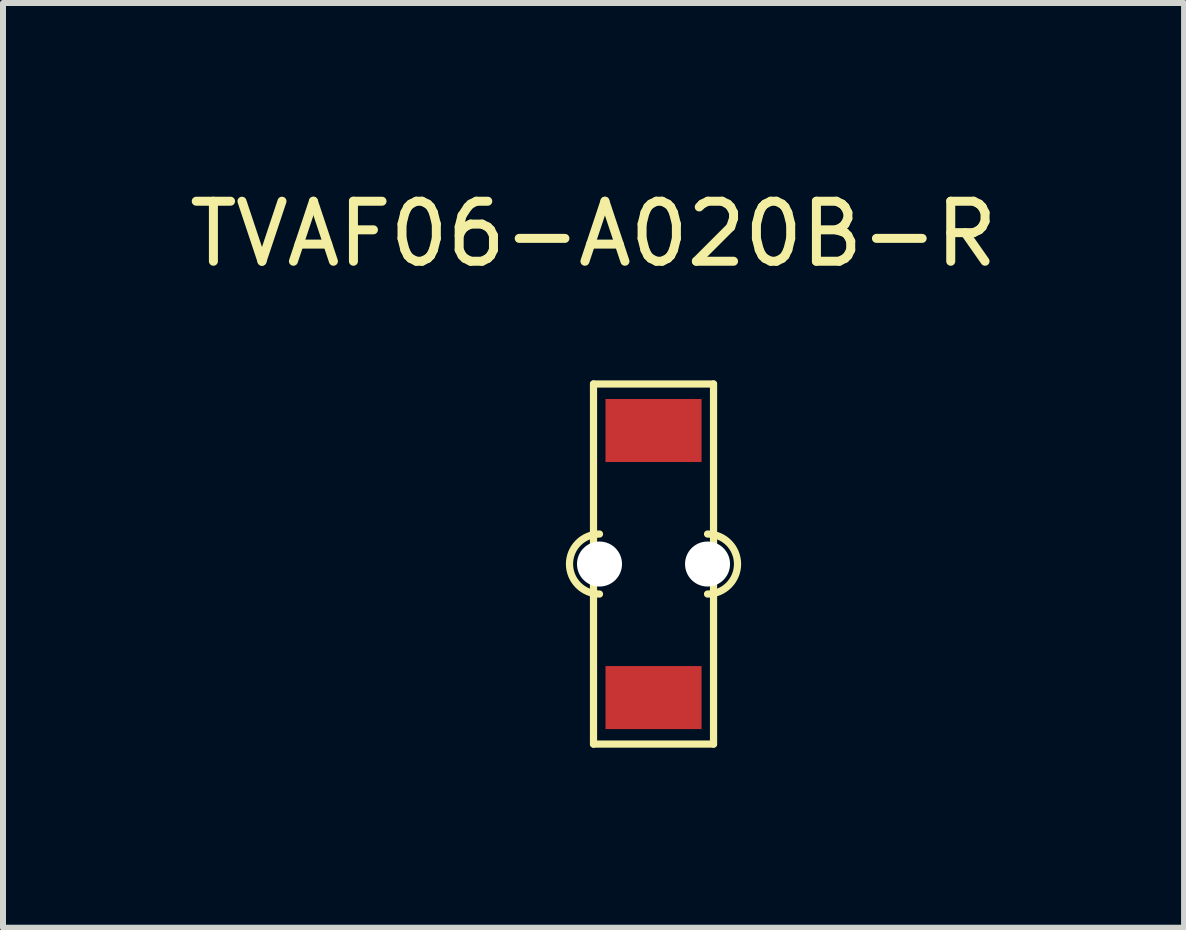
<source format=kicad_pcb>
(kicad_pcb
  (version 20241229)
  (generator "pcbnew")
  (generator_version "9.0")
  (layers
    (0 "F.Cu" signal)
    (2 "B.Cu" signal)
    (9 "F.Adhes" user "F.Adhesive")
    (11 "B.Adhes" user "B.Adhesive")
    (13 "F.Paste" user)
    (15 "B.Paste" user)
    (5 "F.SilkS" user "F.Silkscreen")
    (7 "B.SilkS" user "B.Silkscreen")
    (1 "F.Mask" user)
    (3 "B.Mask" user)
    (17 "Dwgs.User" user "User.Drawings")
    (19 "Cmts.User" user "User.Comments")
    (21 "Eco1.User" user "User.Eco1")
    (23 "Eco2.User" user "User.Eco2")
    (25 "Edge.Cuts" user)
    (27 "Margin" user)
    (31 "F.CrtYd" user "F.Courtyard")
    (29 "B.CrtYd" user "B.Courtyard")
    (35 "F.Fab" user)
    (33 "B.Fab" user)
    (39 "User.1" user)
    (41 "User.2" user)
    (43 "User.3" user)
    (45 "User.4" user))
  (footprint "TVAF06-A020B-R"
    (layer "F.Cu")
    (at 6.839 3.348)
    (property "Reference" "TVAF06-A020B-R" (at 0 -2.5 0) (layer "F.SilkS") (effects (font (size 1 1) (thickness 0.15))))
    (attr through_hole)
    (fp_line (start 0 0) (end 0 6) (stroke (width 0.12) (type solid)) (layer "F.SilkS"))
    (fp_line (start 0 6) (end 2 6) (stroke (width 0.12) (type solid)) (layer "F.SilkS"))
    (fp_line (start 2 0) (end 0 0) (stroke (width 0.12) (type solid)) (layer "F.SilkS"))
    (fp_line (start 2 6) (end 2 0) (stroke (width 0.12) (type solid)) (layer "F.SilkS"))
    (fp_arc (start 0.1 3.5) (mid -0.4 3) (end 0.1 2.5) (stroke (width 0.12) (type solid)) (layer "F.SilkS"))
    (fp_arc (start 1.9 2.5) (mid 2.4 3) (end 1.9 3.5) (stroke (width 0.12) (type solid)) (layer "F.SilkS"))
    (pad "" np_thru_hole circle (at 0.1 3) (size 0.75 0.75) (drill 0.75) (layers "*.Cu" "*.Mask"))
    (pad "" np_thru_hole circle (at 1.9 3) (size 0.75 0.75) (drill 0.75) (layers "*.Cu" "*.Mask"))
    (pad "1" smd rect (at 0.2 0.25) (size 1.6 1.05) (drill (offset 0.8 0.525)) (layers "F.Cu" "F.Mask" "F.Paste"))
    (pad "2" smd rect (at 0.2 4.7) (size 1.6 1.05) (drill (offset 0.8 0.525)) (layers "F.Cu" "F.Mask" "F.Paste")))
  (gr_rect
    (start -3 -3)
    (end 16.679 12.408)
    (stroke (width 0.1) (type default))
    (fill no)
    (layer "Edge.Cuts")))
</source>
